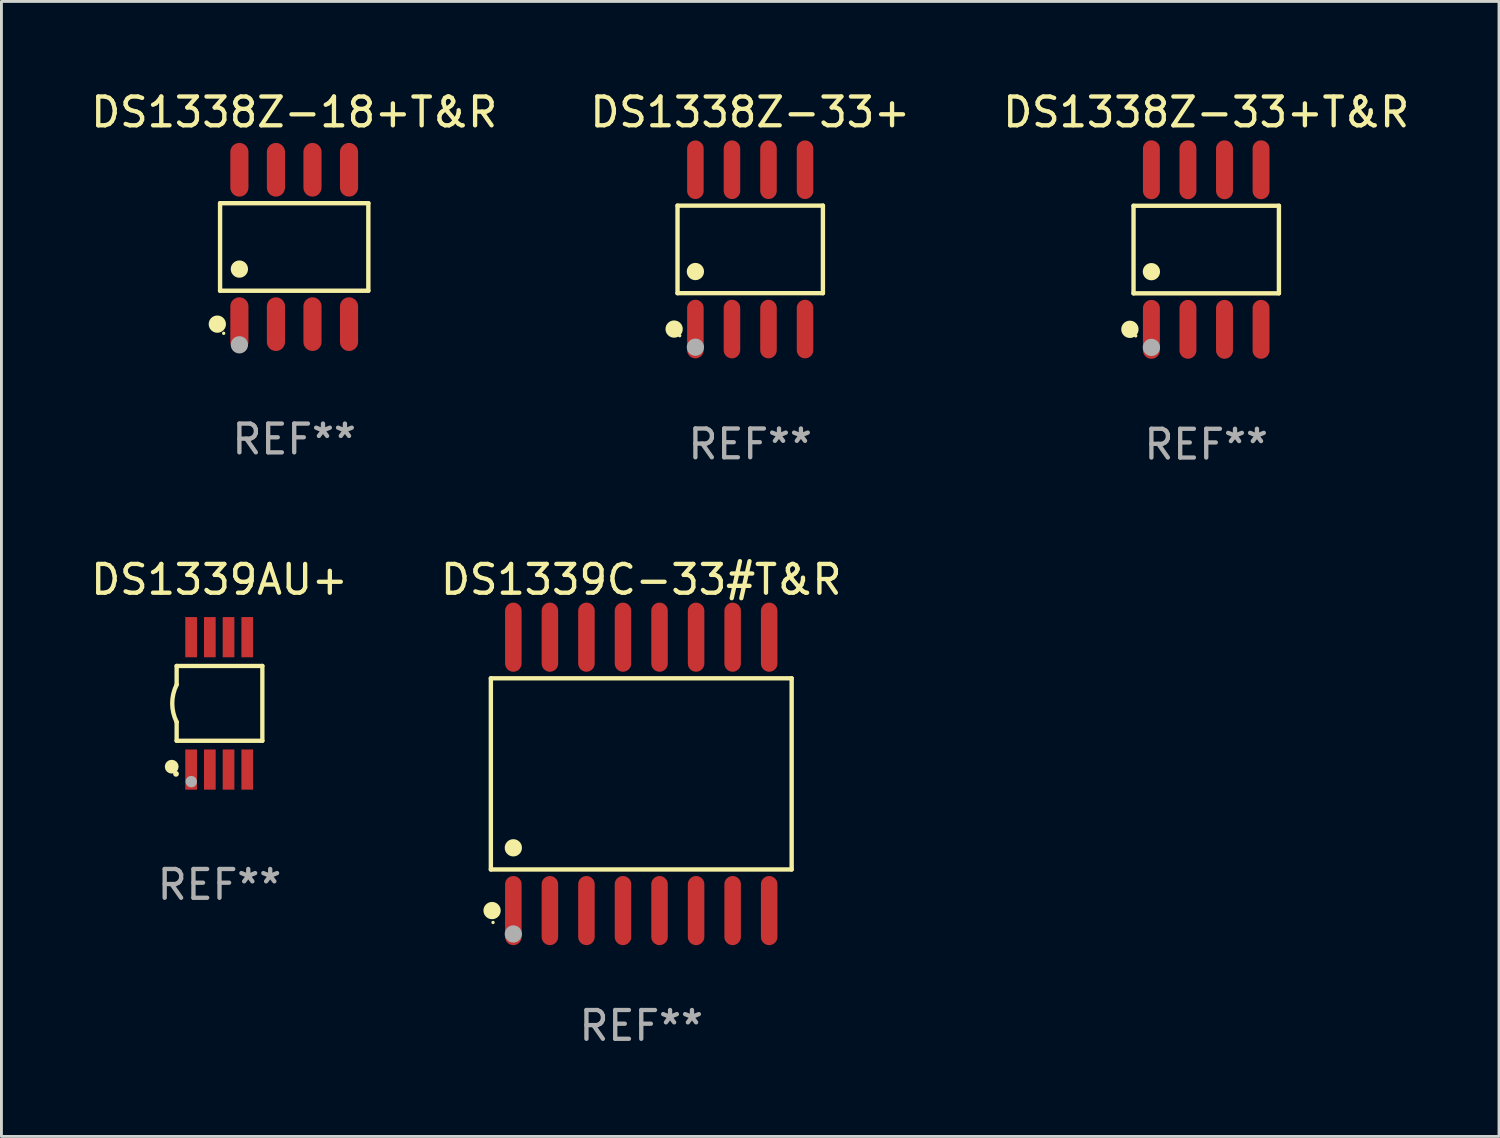
<source format=kicad_pcb>
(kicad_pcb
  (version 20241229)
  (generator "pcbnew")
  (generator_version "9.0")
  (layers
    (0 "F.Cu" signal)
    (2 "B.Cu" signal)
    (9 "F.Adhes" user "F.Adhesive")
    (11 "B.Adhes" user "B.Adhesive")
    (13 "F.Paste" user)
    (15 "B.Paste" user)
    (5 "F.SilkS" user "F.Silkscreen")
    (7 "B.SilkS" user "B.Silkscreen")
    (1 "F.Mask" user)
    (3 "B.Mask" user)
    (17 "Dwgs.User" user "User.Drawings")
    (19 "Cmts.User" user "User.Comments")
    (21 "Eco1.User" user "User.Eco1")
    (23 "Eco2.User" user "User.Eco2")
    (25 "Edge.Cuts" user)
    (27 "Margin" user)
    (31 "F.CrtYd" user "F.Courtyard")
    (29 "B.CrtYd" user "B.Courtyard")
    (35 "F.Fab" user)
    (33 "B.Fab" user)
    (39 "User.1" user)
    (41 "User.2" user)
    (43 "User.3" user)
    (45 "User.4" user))
  (footprint "DS1338Z-18+T&R"
    (layer "F.Cu")
    (at 7.173 5.531)
    (property "Reference" "DS1338Z-18+T&R" (at 0 -4.682 0) (layer "F.SilkS") (effects (font (size 1 1) (thickness 0.15))))
    (attr through_hole)
    (fp_line (start -2.576 -1.521) (end 2.576 -1.521) (stroke (width 0.152) (type solid)) (layer "F.SilkS"))
    (fp_line (start -2.576 1.521) (end -2.576 -1.521) (stroke (width 0.152) (type solid)) (layer "F.SilkS"))
    (fp_line (start 2.576 -1.521) (end 2.576 1.521) (stroke (width 0.152) (type solid)) (layer "F.SilkS"))
    (fp_line (start 2.576 1.521) (end -2.576 1.521) (stroke (width 0.152) (type solid)) (layer "F.SilkS"))
    (fp_circle (center -2.672 2.682) (end -2.522 2.682) (stroke (width 0.3) (type solid)) (fill no) (layer "F.SilkS"))
    (fp_circle (center -2.45 3) (end -2.42 3) (stroke (width 0.06) (type solid)) (fill no) (layer "F.SilkS"))
    (fp_circle (center -1.905 0.769) (end -1.755 0.769) (stroke (width 0.3) (type solid)) (fill no) (layer "F.SilkS"))
    (fp_circle (center -1.905 3.4) (end -1.755 3.4) (stroke (width 0.3) (type solid)) (fill no) (layer "F.Fab"))
    (fp_text user "REF**" (at 0 6.682 0) (layer "F.Fab") (effects (font (size 1 1) (thickness 0.15))))
    (pad "1" smd oval (at -1.905 2.682) (size 0.63 1.865) (layers "F.Cu" "F.Mask" "F.Paste"))
    (pad "2" smd oval (at -0.635 2.682) (size 0.63 1.865) (layers "F.Cu" "F.Mask" "F.Paste"))
    (pad "3" smd oval (at 0.635 2.682) (size 0.63 1.865) (layers "F.Cu" "F.Mask" "F.Paste"))
    (pad "4" smd oval (at 1.905 2.682) (size 0.63 1.865) (layers "F.Cu" "F.Mask" "F.Paste"))
    (pad "5" smd oval (at 1.905 -2.682) (size 0.63 1.865) (layers "F.Cu" "F.Mask" "F.Paste"))
    (pad "6" smd oval (at 0.635 -2.682) (size 0.63 1.865) (layers "F.Cu" "F.Mask" "F.Paste"))
    (pad "7" smd oval (at -0.635 -2.682) (size 0.63 1.865) (layers "F.Cu" "F.Mask" "F.Paste"))
    (pad "8" smd oval (at -1.905 -2.682) (size 0.63 1.865) (layers "F.Cu" "F.Mask" "F.Paste")))
  (footprint "DS1338Z-33+T&R"
    (layer "F.Cu")
    (at 38.863 5.621)
    (property "Reference" "DS1338Z-33+T&R" (at 0 -4.772 0) (layer "F.SilkS") (effects (font (size 1 1) (thickness 0.15))))
    (attr through_hole)
    (fp_line (start -2.526 -1.521) (end 2.526 -1.521) (stroke (width 0.152) (type solid)) (layer "F.SilkS"))
    (fp_line (start -2.526 1.521) (end -2.526 -1.521) (stroke (width 0.152) (type solid)) (layer "F.SilkS"))
    (fp_line (start 2.526 -1.521) (end 2.526 1.521) (stroke (width 0.152) (type solid)) (layer "F.SilkS"))
    (fp_line (start 2.526 1.521) (end -2.526 1.521) (stroke (width 0.152) (type solid)) (layer "F.SilkS"))
    (fp_circle (center -2.652 2.772) (end -2.501 2.772) (stroke (width 0.3) (type solid)) (fill no) (layer "F.SilkS"))
    (fp_circle (center -2.45 3) (end -2.42 3) (stroke (width 0.06) (type solid)) (fill no) (layer "F.SilkS"))
    (fp_circle (center -1.905 0.769) (end -1.755 0.769) (stroke (width 0.3) (type solid)) (fill no) (layer "F.SilkS"))
    (fp_circle (center -1.905 3.4) (end -1.755 3.4) (stroke (width 0.3) (type solid)) (fill no) (layer "F.Fab"))
    (fp_text user "REF**" (at 0 6.772 0) (layer "F.Fab") (effects (font (size 1 1) (thickness 0.15))))
    (pad "1" smd oval (at -1.905 2.772) (size 0.588 2.045) (layers "F.Cu" "F.Mask" "F.Paste"))
    (pad "2" smd oval (at -0.635 2.772) (size 0.588 2.045) (layers "F.Cu" "F.Mask" "F.Paste"))
    (pad "3" smd oval (at 0.635 2.772) (size 0.588 2.045) (layers "F.Cu" "F.Mask" "F.Paste"))
    (pad "4" smd oval (at 1.905 2.772) (size 0.588 2.045) (layers "F.Cu" "F.Mask" "F.Paste"))
    (pad "5" smd oval (at 1.905 -2.772) (size 0.588 2.045) (layers "F.Cu" "F.Mask" "F.Paste"))
    (pad "6" smd oval (at 0.635 -2.772) (size 0.588 2.045) (layers "F.Cu" "F.Mask" "F.Paste"))
    (pad "7" smd oval (at -0.635 -2.772) (size 0.588 2.045) (layers "F.Cu" "F.Mask" "F.Paste"))
    (pad "8" smd oval (at -1.905 -2.772) (size 0.588 2.045) (layers "F.Cu" "F.Mask" "F.Paste")))
  (footprint "DS1339AU+"
    (layer "F.Cu")
    (at 4.577 21.39)
    (property "Reference" "DS1339AU+" (at 0 -4.3 0) (layer "F.SilkS") (effects (font (size 1 1) (thickness 0.15))))
    (attr through_hole)
    (fp_line (start -1.489 -1.3) (end -1.489 -0.648) (stroke (width 0.15) (type solid)) (layer "F.SilkS"))
    (fp_line (start -1.489 0.648) (end -1.489 1.3) (stroke (width 0.15) (type solid)) (layer "F.SilkS"))
    (fp_line (start -1.489 1.3) (end 1.489 1.3) (stroke (width 0.15) (type solid)) (layer "F.SilkS"))
    (fp_line (start 1.489 -1.3) (end -1.489 -1.3) (stroke (width 0.15) (type solid)) (layer "F.SilkS"))
    (fp_line (start 1.489 1.3) (end 1.489 -1.3) (stroke (width 0.15) (type solid)) (layer "F.SilkS"))
    (fp_arc (start -1.489205 0.647702) (mid -1.642107 0) (end -1.489205 -0.647701) (stroke (width 0.150013) (type solid)) (layer "F.SilkS"))
    (fp_circle (center -1.661 2.2) (end -1.541 2.2) (stroke (width 0.24) (type solid)) (fill no) (layer "F.SilkS"))
    (fp_circle (center -1.511 2.45) (end -1.461 2.45) (stroke (width 0.1) (type solid)) (fill no) (layer "F.SilkS"))
    (fp_circle (center -0.981 2.72) (end -0.881 2.72) (stroke (width 0.2) (type solid)) (fill no) (layer "F.Fab"))
    (fp_text user "REF**" (at 0 6.3 0) (layer "F.Fab") (effects (font (size 1 1) (thickness 0.15))))
    (pad "1" smd rect (at -0.986 2.3) (size 0.406 1.397) (layers "F.Cu" "F.Mask" "F.Paste"))
    (pad "2" smd rect (at -0.336 2.3) (size 0.406 1.397) (layers "F.Cu" "F.Mask" "F.Paste"))
    (pad "3" smd rect (at 0.314 2.3) (size 0.406 1.397) (layers "F.Cu" "F.Mask" "F.Paste"))
    (pad "4" smd rect (at 0.964 2.3) (size 0.406 1.397) (layers "F.Cu" "F.Mask" "F.Paste"))
    (pad "5" smd rect (at 0.964 -2.3) (size 0.406 1.397) (layers "F.Cu" "F.Mask" "F.Paste"))
    (pad "6" smd rect (at 0.314 -2.3) (size 0.406 1.397) (layers "F.Cu" "F.Mask" "F.Paste"))
    (pad "7" smd rect (at -0.336 -2.3) (size 0.406 1.397) (layers "F.Cu" "F.Mask" "F.Paste"))
    (pad "8" smd rect (at -0.986 -2.3) (size 0.406 1.397) (layers "F.Cu" "F.Mask" "F.Paste")))
  (footprint "DS1339C-33#T&R"
    (layer "F.Cu")
    (at 19.232 23.84)
    (property "Reference" "DS1339C-33#T&R" (at 0 -6.75 0) (layer "F.SilkS") (effects (font (size 1 1) (thickness 0.15))))
    (attr through_hole)
    (fp_line (start -5.226 -3.321) (end 5.226 -3.321) (stroke (width 0.152) (type solid)) (layer "F.SilkS"))
    (fp_line (start -5.226 3.321) (end -5.226 -3.321) (stroke (width 0.152) (type solid)) (layer "F.SilkS"))
    (fp_line (start 5.226 -3.321) (end 5.226 3.321) (stroke (width 0.152) (type solid)) (layer "F.SilkS"))
    (fp_line (start 5.226 3.321) (end -5.226 3.321) (stroke (width 0.152) (type solid)) (layer "F.SilkS"))
    (fp_circle (center -5.184 4.75) (end -5.034 4.75) (stroke (width 0.3) (type solid)) (fill no) (layer "F.SilkS"))
    (fp_circle (center -5.15 5.163) (end -5.12 5.163) (stroke (width 0.06) (type solid)) (fill no) (layer "F.SilkS"))
    (fp_circle (center -4.445 2.569) (end -4.295 2.569) (stroke (width 0.3) (type solid)) (fill no) (layer "F.SilkS"))
    (fp_circle (center -4.445 5.563) (end -4.295 5.563) (stroke (width 0.3) (type solid)) (fill no) (layer "F.Fab"))
    (fp_text user "REF**" (at 0 8.75 0) (layer "F.Fab") (effects (font (size 1 1) (thickness 0.15))))
    (pad "1" smd oval (at -4.445 4.75) (size 0.574 2.401) (layers "F.Cu" "F.Mask" "F.Paste"))
    (pad "2" smd oval (at -3.175 4.75) (size 0.574 2.401) (layers "F.Cu" "F.Mask" "F.Paste"))
    (pad "3" smd oval (at -1.905 4.75) (size 0.574 2.401) (layers "F.Cu" "F.Mask" "F.Paste"))
    (pad "4" smd oval (at -0.635 4.75) (size 0.574 2.401) (layers "F.Cu" "F.Mask" "F.Paste"))
    (pad "5" smd oval (at 0.635 4.75) (size 0.574 2.401) (layers "F.Cu" "F.Mask" "F.Paste"))
    (pad "6" smd oval (at 1.905 4.75) (size 0.574 2.401) (layers "F.Cu" "F.Mask" "F.Paste"))
    (pad "7" smd oval (at 3.175 4.75) (size 0.574 2.401) (layers "F.Cu" "F.Mask" "F.Paste"))
    (pad "8" smd oval (at 4.445 4.75) (size 0.574 2.401) (layers "F.Cu" "F.Mask" "F.Paste"))
    (pad "9" smd oval (at 4.445 -4.75) (size 0.574 2.401) (layers "F.Cu" "F.Mask" "F.Paste"))
    (pad "10" smd oval (at 3.175 -4.75) (size 0.574 2.401) (layers "F.Cu" "F.Mask" "F.Paste"))
    (pad "11" smd oval (at 1.905 -4.75) (size 0.574 2.401) (layers "F.Cu" "F.Mask" "F.Paste"))
    (pad "12" smd oval (at 0.635 -4.75) (size 0.574 2.401) (layers "F.Cu" "F.Mask" "F.Paste"))
    (pad "13" smd oval (at -0.635 -4.75) (size 0.574 2.401) (layers "F.Cu" "F.Mask" "F.Paste"))
    (pad "14" smd oval (at -1.905 -4.75) (size 0.574 2.401) (layers "F.Cu" "F.Mask" "F.Paste"))
    (pad "15" smd oval (at -3.175 -4.75) (size 0.574 2.401) (layers "F.Cu" "F.Mask" "F.Paste"))
    (pad "16" smd oval (at -4.445 -4.75) (size 0.574 2.401) (layers "F.Cu" "F.Mask" "F.Paste")))
  (footprint "DS1338Z-33+"
    (layer "F.Cu")
    (at 23.018 5.616)
    (property "Reference" "DS1338Z-33+" (at 0 -4.768 0) (layer "F.SilkS") (effects (font (size 1 1) (thickness 0.15))))
    (attr through_hole)
    (fp_line (start -2.526 -1.521) (end 2.526 -1.521) (stroke (width 0.152) (type solid)) (layer "F.SilkS"))
    (fp_line (start -2.526 1.521) (end -2.526 -1.521) (stroke (width 0.152) (type solid)) (layer "F.SilkS"))
    (fp_line (start 2.526 -1.521) (end 2.526 1.521) (stroke (width 0.152) (type solid)) (layer "F.SilkS"))
    (fp_line (start 2.526 1.521) (end -2.526 1.521) (stroke (width 0.152) (type solid)) (layer "F.SilkS"))
    (fp_circle (center -2.644 2.768) (end -2.494 2.768) (stroke (width 0.3) (type solid)) (fill no) (layer "F.SilkS"))
    (fp_circle (center -2.45 2.998) (end -2.42 2.998) (stroke (width 0.06) (type solid)) (fill no) (layer "F.SilkS"))
    (fp_circle (center -1.905 0.769) (end -1.755 0.769) (stroke (width 0.3) (type solid)) (fill no) (layer "F.SilkS"))
    (fp_circle (center -1.905 3.398) (end -1.755 3.398) (stroke (width 0.3) (type solid)) (fill no) (layer "F.Fab"))
    (fp_text user "REF**" (at 0 6.768 0) (layer "F.Fab") (effects (font (size 1 1) (thickness 0.15))))
    (pad "1" smd oval (at -1.905 2.768) (size 0.574 2.036) (layers "F.Cu" "F.Mask" "F.Paste"))
    (pad "2" smd oval (at -0.635 2.768) (size 0.574 2.036) (layers "F.Cu" "F.Mask" "F.Paste"))
    (pad "3" smd oval (at 0.635 2.768) (size 0.574 2.036) (layers "F.Cu" "F.Mask" "F.Paste"))
    (pad "4" smd oval (at 1.905 2.768) (size 0.574 2.036) (layers "F.Cu" "F.Mask" "F.Paste"))
    (pad "5" smd oval (at 1.905 -2.768) (size 0.574 2.036) (layers "F.Cu" "F.Mask" "F.Paste"))
    (pad "6" smd oval (at 0.635 -2.768) (size 0.574 2.036) (layers "F.Cu" "F.Mask" "F.Paste"))
    (pad "7" smd oval (at -0.635 -2.768) (size 0.574 2.036) (layers "F.Cu" "F.Mask" "F.Paste"))
    (pad "8" smd oval (at -1.905 -2.768) (size 0.574 2.036) (layers "F.Cu" "F.Mask" "F.Paste")))
  (gr_rect
    (start -3 -3)
    (end 49.036 36.438)
    (stroke (width 0.1) (type default))
    (fill no)
    (layer "Edge.Cuts")))
</source>
